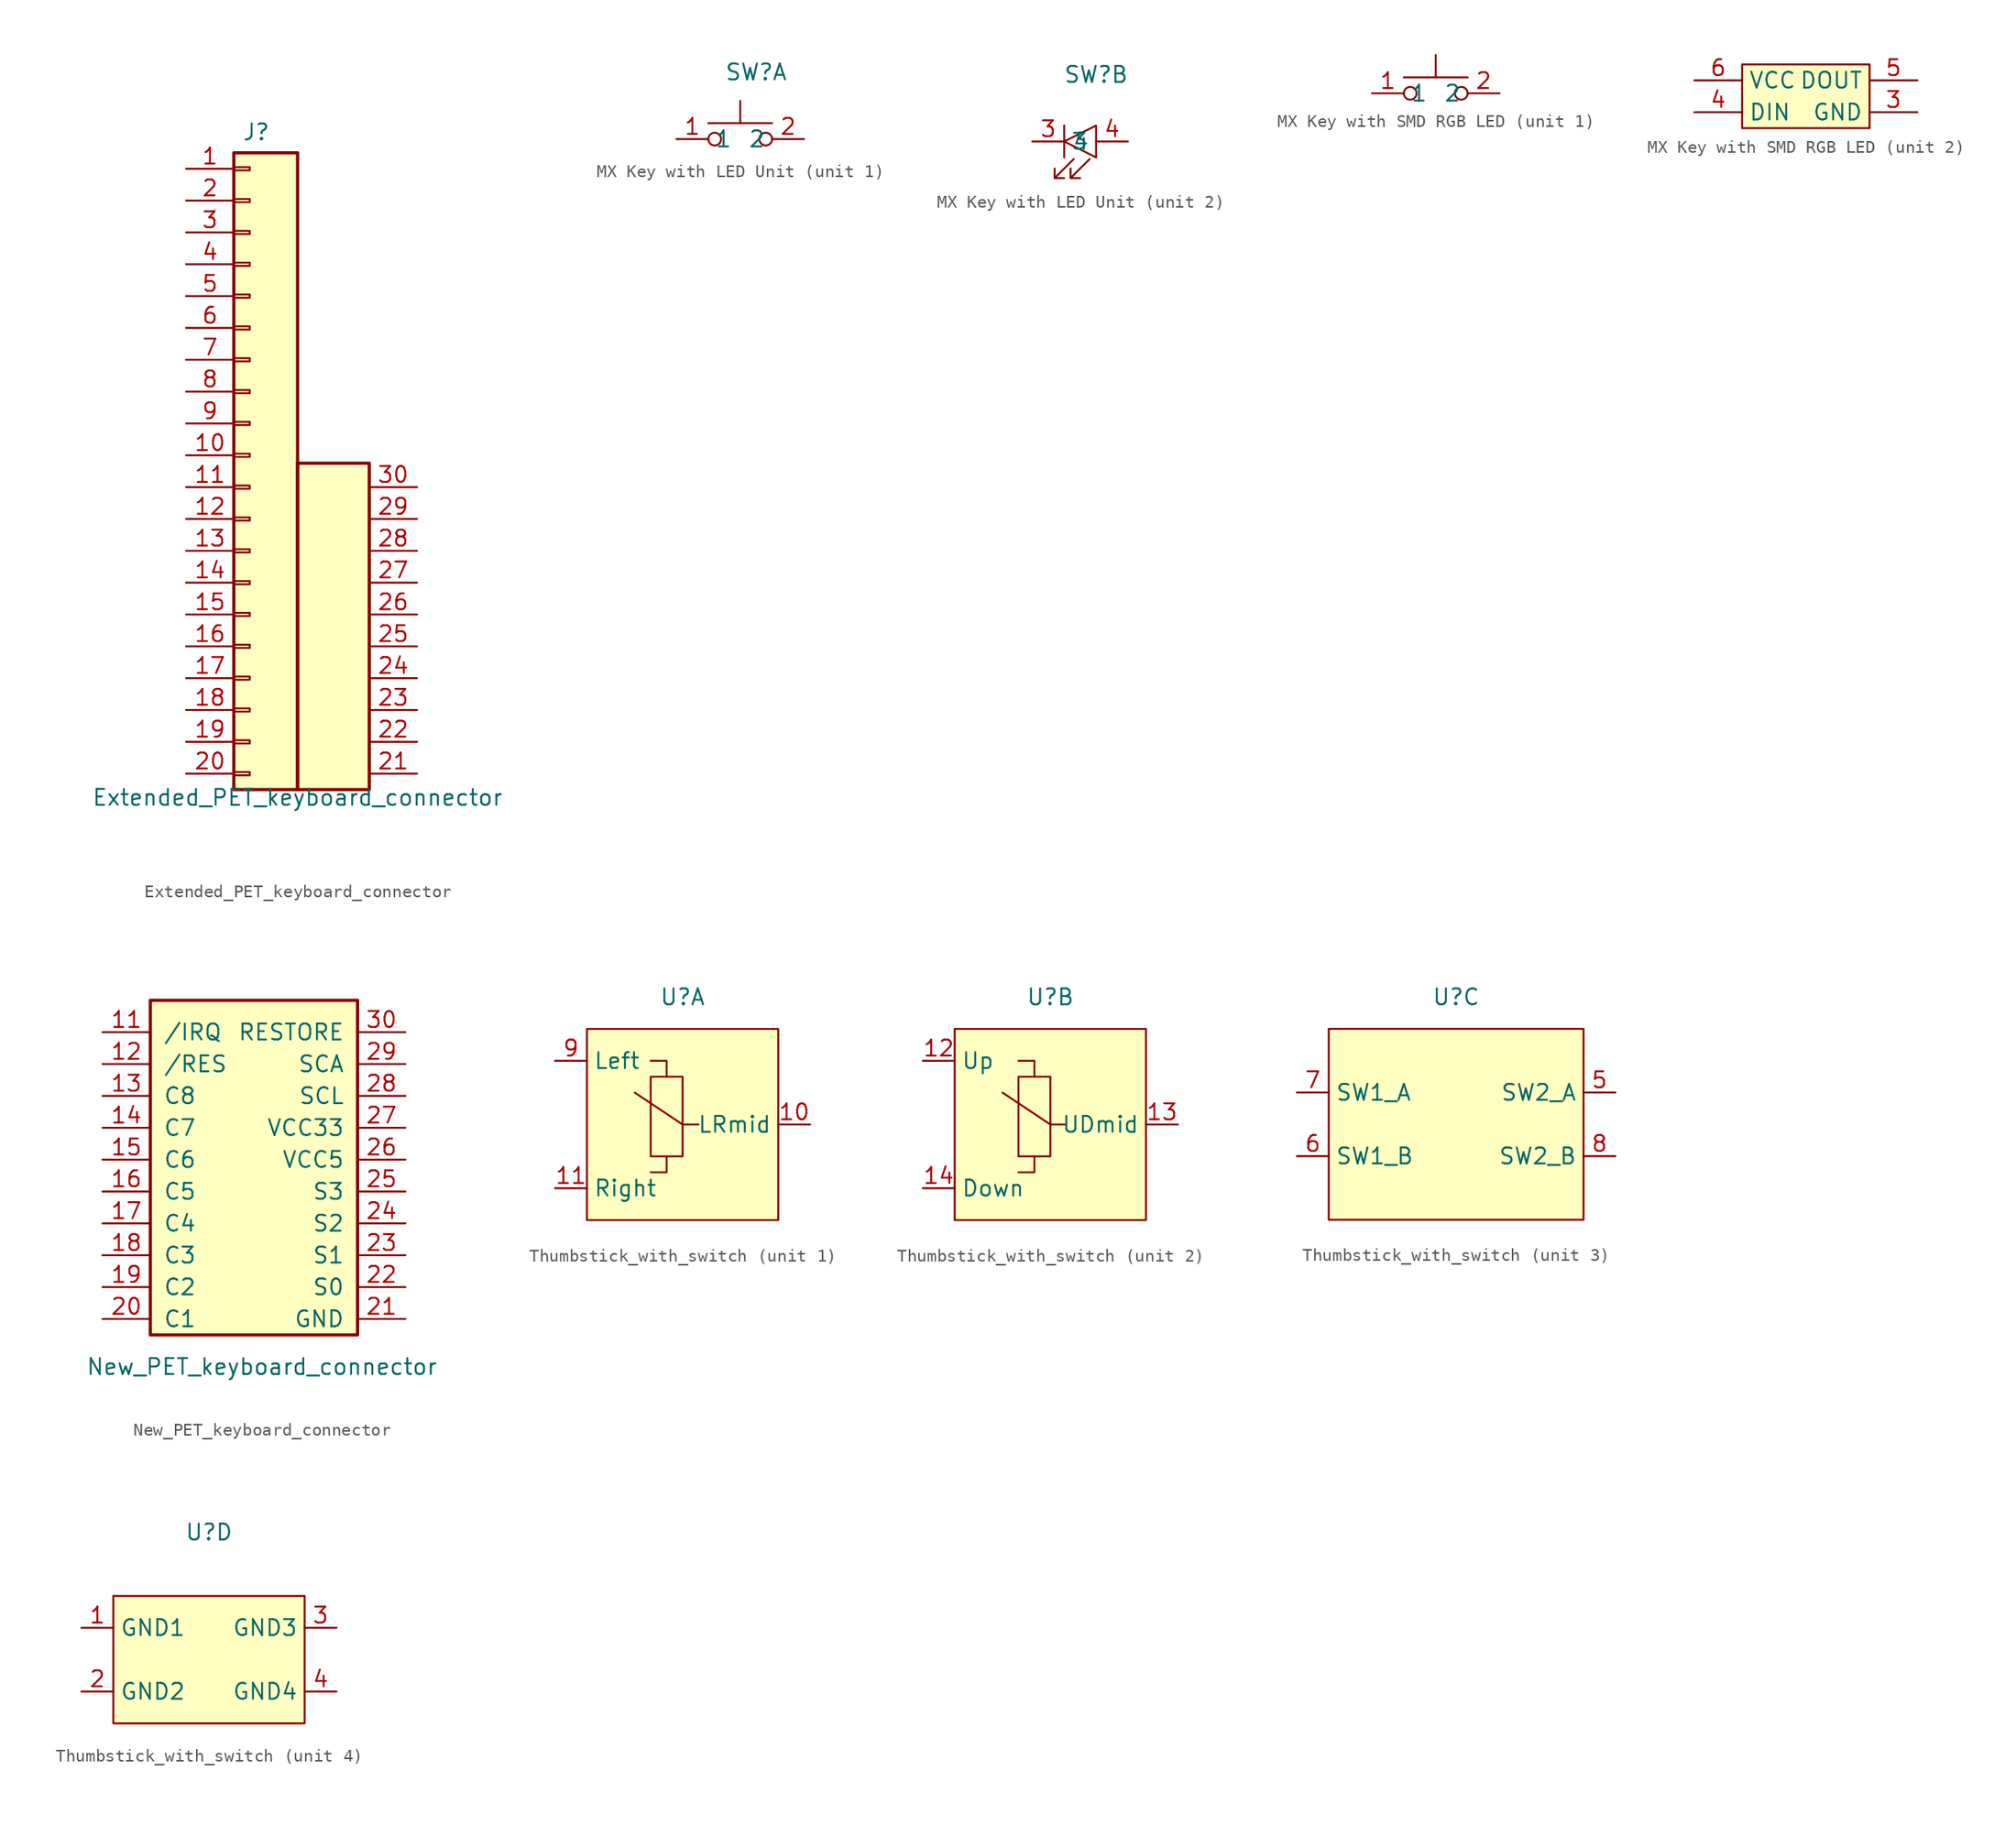
<source format=kicad_sym>
(kicad_symbol_lib
  (version 20241209)
  (generator "kicad_symbol_editor")
  (generator_version "9.0")
  (symbol "Extended_PET_keyboard_connector"
    (pin_names
      (offset 1.016)
      (hide yes))
    (property "Reference" "J"
      (at 1.143 25.781 0)
      (effects (font (size 1.27 1.27))))
    (property "Value" "Extended_PET_keyboard_connector"
      (at 4.445 -27.305 0)
      (effects (font (size 1.27 1.27))))
    (symbol "Extended_PET_keyboard_connector_1_1"
      (rectangle (start -0.635 24.13) (end 4.445 -26.67) (stroke (width 0.254) (type default)) (fill (type background)))
      (rectangle (start -0.635 22.987) (end 0.635 22.733) (stroke (width 0.152) (type default)) (fill (type none)))
      (rectangle (start -0.635 20.447) (end 0.635 20.193) (stroke (width 0.152) (type default)) (fill (type none)))
      (rectangle (start -0.635 17.907) (end 0.635 17.653) (stroke (width 0.152) (type default)) (fill (type none)))
      (rectangle (start -0.635 15.367) (end 0.635 15.113) (stroke (width 0.152) (type default)) (fill (type none)))
      (rectangle (start -0.635 12.827) (end 0.635 12.573) (stroke (width 0.152) (type default)) (fill (type none)))
      (rectangle (start -0.635 10.287) (end 0.635 10.033) (stroke (width 0.152) (type default)) (fill (type none)))
      (rectangle (start -0.635 7.747) (end 0.635 7.493) (stroke (width 0.152) (type default)) (fill (type none)))
      (rectangle (start -0.635 5.207) (end 0.635 4.953) (stroke (width 0.152) (type default)) (fill (type none)))
      (rectangle (start -0.635 2.667) (end 0.635 2.413) (stroke (width 0.152) (type default)) (fill (type none)))
      (rectangle (start -0.635 0.127) (end 0.635 -0.127) (stroke (width 0.152) (type default)) (fill (type none)))
      (rectangle (start -0.635 -2.413) (end 0.635 -2.667) (stroke (width 0.152) (type default)) (fill (type none)))
      (rectangle (start -0.635 -4.953) (end 0.635 -5.207) (stroke (width 0.152) (type default)) (fill (type none)))
      (rectangle (start -0.635 -7.493) (end 0.635 -7.747) (stroke (width 0.152) (type default)) (fill (type none)))
      (rectangle (start -0.635 -10.033) (end 0.635 -10.287) (stroke (width 0.152) (type default)) (fill (type none)))
      (rectangle (start -0.635 -12.573) (end 0.635 -12.827) (stroke (width 0.152) (type default)) (fill (type none)))
      (rectangle (start -0.635 -15.113) (end 0.635 -15.367) (stroke (width 0.152) (type default)) (fill (type none)))
      (rectangle (start -0.635 -17.653) (end 0.635 -17.907) (stroke (width 0.152) (type default)) (fill (type none)))
      (rectangle (start -0.635 -20.193) (end 0.635 -20.447) (stroke (width 0.152) (type default)) (fill (type none)))
      (rectangle (start -0.635 -22.733) (end 0.635 -22.987) (stroke (width 0.152) (type default)) (fill (type none)))
      (rectangle (start -0.635 -25.273) (end 0.635 -25.527) (stroke (width 0.152) (type default)) (fill (type none)))
      (rectangle (start 4.445 -0.635) (end 10.16 -26.67) (stroke (width 0.254) (type solid)) (fill (type background)))
      (pin passive line (at -4.445 22.86 0) (length 3.81) (name "GND" (effects (font (size 1.27 1.27)))) (number "1" (effects (font (size 1.27 1.27)))))
      (pin passive line (at -4.445 20.32 0) (length 3.81) (name "key" (effects (font (size 1.27 1.27)))) (number "2" (effects (font (size 1.27 1.27)))))
      (pin passive line (at -4.445 17.78 0) (length 3.81) (name "R10" (effects (font (size 1.27 1.27)))) (number "3" (effects (font (size 1.27 1.27)))))
      (pin passive line (at -4.445 15.24 0) (length 3.81) (name "R9" (effects (font (size 1.27 1.27)))) (number "4" (effects (font (size 1.27 1.27)))))
      (pin passive line (at -4.445 12.7 0) (length 3.81) (name "R8" (effects (font (size 1.27 1.27)))) (number "5" (effects (font (size 1.27 1.27)))))
      (pin passive line (at -4.445 10.16 0) (length 3.81) (name "R7" (effects (font (size 1.27 1.27)))) (number "6" (effects (font (size 1.27 1.27)))))
      (pin passive line (at -4.445 7.62 0) (length 3.81) (name "R6" (effects (font (size 1.27 1.27)))) (number "7" (effects (font (size 1.27 1.27)))))
      (pin passive line (at -4.445 5.08 0) (length 3.81) (name "R5" (effects (font (size 1.27 1.27)))) (number "8" (effects (font (size 1.27 1.27)))))
      (pin passive line (at -4.445 2.54 0) (length 3.81) (name "R4" (effects (font (size 1.27 1.27)))) (number "9" (effects (font (size 1.27 1.27)))))
      (pin passive line (at -4.445 0 0) (length 3.81) (name "R3" (effects (font (size 1.27 1.27)))) (number "10" (effects (font (size 1.27 1.27)))))
      (pin passive line (at -4.445 -2.54 0) (length 3.81) (name "R2" (effects (font (size 1.27 1.27)))) (number "11" (effects (font (size 1.27 1.27)))))
      (pin passive line (at -4.445 -5.08 0) (length 3.81) (name "R1" (effects (font (size 1.27 1.27)))) (number "12" (effects (font (size 1.27 1.27)))))
      (pin passive line (at -4.445 -7.62 0) (length 3.81) (name "C8" (effects (font (size 1.27 1.27)))) (number "13" (effects (font (size 1.27 1.27)))))
      (pin passive line (at -4.445 -10.16 0) (length 3.81) (name "C7" (effects (font (size 1.27 1.27)))) (number "14" (effects (font (size 1.27 1.27)))))
      (pin passive line (at -4.445 -12.7 0) (length 3.81) (name "C6" (effects (font (size 1.27 1.27)))) (number "15" (effects (font (size 1.27 1.27)))))
      (pin passive line (at -4.445 -15.24 0) (length 3.81) (name "C5" (effects (font (size 1.27 1.27)))) (number "16" (effects (font (size 1.27 1.27)))))
      (pin passive line (at -4.445 -17.78 0) (length 3.81) (name "C4" (effects (font (size 1.27 1.27)))) (number "17" (effects (font (size 1.27 1.27)))))
      (pin passive line (at -4.445 -20.32 0) (length 3.81) (name "C3" (effects (font (size 1.27 1.27)))) (number "18" (effects (font (size 1.27 1.27)))))
      (pin passive line (at -4.445 -22.86 0) (length 3.81) (name "C2" (effects (font (size 1.27 1.27)))) (number "19" (effects (font (size 1.27 1.27)))))
      (pin passive line (at -4.445 -25.4 0) (length 3.81) (name "C1" (effects (font (size 1.27 1.27)))) (number "20" (effects (font (size 1.27 1.27)))))
      (pin passive line (at 13.97 -2.54 180) (length 3.81) (name "RESTORE" (effects (font (size 1.27 1.27)))) (number "30" (effects (font (size 1.27 1.27)))))
      (pin passive line (at 13.97 -5.08 180) (length 3.81) (name "SCA" (effects (font (size 1.27 1.27)))) (number "29" (effects (font (size 1.27 1.27)))))
      (pin passive line (at 13.97 -7.62 180) (length 3.81) (name "SCL" (effects (font (size 1.27 1.27)))) (number "28" (effects (font (size 1.27 1.27)))))
      (pin passive line (at 13.97 -10.16 180) (length 3.81) (name "VCC33" (effects (font (size 1.27 1.27)))) (number "27" (effects (font (size 1.27 1.27)))))
      (pin passive line (at 13.97 -12.7 180) (length 3.81) (name "VCC5" (effects (font (size 1.27 1.27)))) (number "26" (effects (font (size 1.27 1.27)))))
      (pin passive line (at 13.97 -15.24 180) (length 3.81) (name "S3" (effects (font (size 1.27 1.27)))) (number "25" (effects (font (size 1.27 1.27)))))
      (pin passive line (at 13.97 -17.78 180) (length 3.81) (name "S2" (effects (font (size 1.27 1.27)))) (number "24" (effects (font (size 1.27 1.27)))))
      (pin passive line (at 13.97 -20.32 180) (length 3.81) (name "S1" (effects (font (size 1.27 1.27)))) (number "23" (effects (font (size 1.27 1.27)))))
      (pin passive line (at 13.97 -22.86 180) (length 3.81) (name "S0" (effects (font (size 1.27 1.27)))) (number "22" (effects (font (size 1.27 1.27)))))
      (pin passive line (at 13.97 -25.4 180) (length 3.81) (name "GND" (effects (font (size 1.27 1.27)))) (number "21" (effects (font (size 1.27 1.27)))))))
  (symbol "MX Key with LED Unit"
    (property "Reference" "SW"
      (at 1.27 5.334 0)
      (effects (font (size 1.27 1.27))))
    (property "Value" ""
      (at 0 0 0)
      (effects (font (size 1.27 1.27))))
    (property "ki_locked" ""
      (at 0 0 0)
      (effects (font (size 1.27 1.27))))
    (symbol "MX Key with LED Unit_1_1"
      (circle (center -2.032 0) (radius 0.508) (stroke (width 0) (type solid)) (fill (type none)))
      (polyline (pts (xy 0 1.27) (xy 0 3.048)) (stroke (width 0) (type solid)) (fill (type none)))
      (circle (center 2.032 0) (radius 0.508) (stroke (width 0) (type solid)) (fill (type none)))
      (polyline (pts (xy 2.54 1.27) (xy -2.54 1.27)) (stroke (width 0) (type solid)) (fill (type none)))
      (pin passive line (at -5.08 0 0) (length 2.54) (name "1" (effects (font (size 1.27 1.27)))) (number "1" (effects (font (size 1.27 1.27)))))
      (pin passive line (at 5.08 0 180) (length 2.54) (name "2" (effects (font (size 1.27 1.27)))) (number "2" (effects (font (size 1.27 1.27))))))
    (symbol "MX Key with LED Unit_2_1"
      (polyline (pts (xy -1.27 1.27) (xy -1.27 -1.27)) (stroke (width 0) (type default)) (fill (type none)))
      (polyline (pts (xy -1.27 0) (xy 1.27 1.27) (xy 1.27 -1.27) (xy -1.27 0)) (stroke (width 0) (type default)) (fill (type none)))
      (polyline (pts (xy -0.508 -1.397) (xy -2.032 -2.921) (xy -1.27 -2.921) (xy -2.032 -2.921) (xy -2.032 -2.159)) (stroke (width 0) (type solid)) (fill (type none)))
      (polyline (pts (xy 0.762 -1.397) (xy -0.762 -2.921) (xy 0 -2.921) (xy -0.762 -2.921) (xy -0.762 -2.159)) (stroke (width 0) (type solid)) (fill (type none)))
      (pin input line (at -3.81 0 0) (length 2.54) (name "3" (effects (font (size 1.27 1.27)))) (number "3" (effects (font (size 1.27 1.27)))))
      (pin input line (at 3.81 0 180) (length 2.54) (name "4" (effects (font (size 1.27 1.27)))) (number "4" (effects (font (size 1.27 1.27)))))))
  (symbol "MX Key with SMD RGB LED"
    (property "Reference" "SW"
      (at 0 5.334 0)
      (effects (font (size 1.27 1.27)) (hide yes)))
    (property "Value" ""
      (at 0 0 0)
      (effects (font (size 1.27 1.27))))
    (property "ki_locked" ""
      (at 0 0 0)
      (effects (font (size 1.27 1.27))))
    (symbol "MX Key with SMD RGB LED_1_1"
      (circle (center -2.032 0) (radius 0.508) (stroke (width 0) (type solid)) (fill (type none)))
      (polyline (pts (xy 0 1.27) (xy 0 3.048)) (stroke (width 0) (type solid)) (fill (type none)))
      (circle (center 2.032 0) (radius 0.508) (stroke (width 0) (type solid)) (fill (type none)))
      (polyline (pts (xy 2.54 1.27) (xy -2.54 1.27)) (stroke (width 0) (type solid)) (fill (type none)))
      (pin passive line (at -5.08 0 0) (length 2.54) (name "1" (effects (font (size 1.27 1.27)))) (number "1" (effects (font (size 1.27 1.27)))))
      (pin passive line (at 5.08 0 180) (length 2.54) (name "2" (effects (font (size 1.27 1.27)))) (number "2" (effects (font (size 1.27 1.27))))))
    (symbol "MX Key with SMD RGB LED_2_1"
      (rectangle (start -5.08 3.81) (end 5.08 -1.27) (stroke (width 0) (type solid)) (fill (type background)))
      (pin passive line (at -8.89 2.54 0) (length 3.81) (name "VCC" (effects (font (size 1.27 1.27)))) (number "6" (effects (font (size 1.27 1.27)))))
      (pin passive line (at -8.89 0 0) (length 3.81) (name "DIN" (effects (font (size 1.27 1.27)))) (number "4" (effects (font (size 1.27 1.27)))))
      (pin passive line (at 8.89 2.54 180) (length 3.81) (name "DOUT" (effects (font (size 1.27 1.27)))) (number "5" (effects (font (size 1.27 1.27)))))
      (pin passive line (at 8.89 0 180) (length 3.81) (name "GND" (effects (font (size 1.27 1.27)))) (number "3" (effects (font (size 1.27 1.27)))))))
  (symbol "New_PET_keyboard_connector"
    (pin_names
      (offset 1.016))
    (property "Reference" "J"
      (at 1.143 25.781 0)
      (effects (font (size 1.27 1.27)) (hide yes)))
    (property "Value" "New_PET_keyboard_connector"
      (at 8.89 -29.21 0)
      (effects (font (size 1.27 1.27))))
    (symbol "New_PET_keyboard_connector_1_1"
      (rectangle (start 0 0) (end 16.51 -26.67) (stroke (width 0.254) (type default)) (fill (type background)))
      (pin passive line (at -3.81 -2.54 0) (length 3.81) (name "/IRQ" (effects (font (size 1.27 1.27)))) (number "11" (effects (font (size 1.27 1.27)))))
      (pin passive line (at -3.81 -5.08 0) (length 3.81) (name "/RES" (effects (font (size 1.27 1.27)))) (number "12" (effects (font (size 1.27 1.27)))))
      (pin passive line (at -3.81 -7.62 0) (length 3.81) (name "C8" (effects (font (size 1.27 1.27)))) (number "13" (effects (font (size 1.27 1.27)))))
      (pin passive line (at -3.81 -10.16 0) (length 3.81) (name "C7" (effects (font (size 1.27 1.27)))) (number "14" (effects (font (size 1.27 1.27)))))
      (pin passive line (at -3.81 -12.7 0) (length 3.81) (name "C6" (effects (font (size 1.27 1.27)))) (number "15" (effects (font (size 1.27 1.27)))))
      (pin passive line (at -3.81 -15.24 0) (length 3.81) (name "C5" (effects (font (size 1.27 1.27)))) (number "16" (effects (font (size 1.27 1.27)))))
      (pin passive line (at -3.81 -17.78 0) (length 3.81) (name "C4" (effects (font (size 1.27 1.27)))) (number "17" (effects (font (size 1.27 1.27)))))
      (pin passive line (at -3.81 -20.32 0) (length 3.81) (name "C3" (effects (font (size 1.27 1.27)))) (number "18" (effects (font (size 1.27 1.27)))))
      (pin passive line (at -3.81 -22.86 0) (length 3.81) (name "C2" (effects (font (size 1.27 1.27)))) (number "19" (effects (font (size 1.27 1.27)))))
      (pin passive line (at -3.81 -25.4 0) (length 3.81) (name "C1" (effects (font (size 1.27 1.27)))) (number "20" (effects (font (size 1.27 1.27)))))
      (pin passive line (at 20.32 -2.54 180) (length 3.81) (name "RESTORE" (effects (font (size 1.27 1.27)))) (number "30" (effects (font (size 1.27 1.27)))))
      (pin passive line (at 20.32 -5.08 180) (length 3.81) (name "SCA" (effects (font (size 1.27 1.27)))) (number "29" (effects (font (size 1.27 1.27)))))
      (pin passive line (at 20.32 -7.62 180) (length 3.81) (name "SCL" (effects (font (size 1.27 1.27)))) (number "28" (effects (font (size 1.27 1.27)))))
      (pin passive line (at 20.32 -10.16 180) (length 3.81) (name "VCC33" (effects (font (size 1.27 1.27)))) (number "27" (effects (font (size 1.27 1.27)))))
      (pin passive line (at 20.32 -12.7 180) (length 3.81) (name "VCC5" (effects (font (size 1.27 1.27)))) (number "26" (effects (font (size 1.27 1.27)))))
      (pin passive line (at 20.32 -15.24 180) (length 3.81) (name "S3" (effects (font (size 1.27 1.27)))) (number "25" (effects (font (size 1.27 1.27)))))
      (pin passive line (at 20.32 -17.78 180) (length 3.81) (name "S2" (effects (font (size 1.27 1.27)))) (number "24" (effects (font (size 1.27 1.27)))))
      (pin passive line (at 20.32 -20.32 180) (length 3.81) (name "S1" (effects (font (size 1.27 1.27)))) (number "23" (effects (font (size 1.27 1.27)))))
      (pin passive line (at 20.32 -22.86 180) (length 3.81) (name "S0" (effects (font (size 1.27 1.27)))) (number "22" (effects (font (size 1.27 1.27)))))
      (pin passive line (at 20.32 -25.4 180) (length 3.81) (name "GND" (effects (font (size 1.27 1.27)))) (number "21" (effects (font (size 1.27 1.27)))))))
  (symbol "Thumbstick_with_switch"
    (property "Reference" "U"
      (at 0 10.16 0)
      (effects (font (size 1.27 1.27))))
    (property "Value" ""
      (at 0 0 0)
      (effects (font (size 1.27 1.27))))
    (property "ki_locked" ""
      (at 0 0 0)
      (effects (font (size 1.27 1.27))))
    (symbol "Thumbstick_with_switch_1_1"
      (rectangle (start -7.62 7.62) (end 7.62 -7.62) (stroke (width 0) (type solid)) (fill (type background)))
      (polyline (pts (xy -2.54 3.81) (xy 0 3.81) (xy 0 -2.54) (xy -2.54 -2.54) (xy -2.54 3.81)) (stroke (width 0) (type default)) (fill (type none)))
      (polyline (pts (xy -1.27 3.81) (xy -1.27 5.08) (xy -2.54 5.08)) (stroke (width 0) (type default)) (fill (type none)))
      (polyline (pts (xy -1.27 -2.54) (xy -1.27 -3.81) (xy -2.54 -3.81)) (stroke (width 0) (type default)) (fill (type none)))
      (polyline (pts (xy 1.27 0) (xy 0 0) (xy -3.81 2.54)) (stroke (width 0) (type default)) (fill (type none)))
      (pin input line (at -10.16 5.08 0) (length 2.54) (name "Left" (effects (font (size 1.27 1.27)))) (number "9" (effects (font (size 1.27 1.27)))))
      (pin input line (at -10.16 -5.08 0) (length 2.54) (name "Right" (effects (font (size 1.27 1.27)))) (number "11" (effects (font (size 1.27 1.27)))))
      (pin input line (at 10.16 0 180) (length 2.54) (name "LRmid" (effects (font (size 1.27 1.27)))) (number "10" (effects (font (size 1.27 1.27))))))
    (symbol "Thumbstick_with_switch_2_1"
      (rectangle (start -7.62 7.62) (end 7.62 -7.62) (stroke (width 0) (type solid)) (fill (type background)))
      (polyline (pts (xy -2.54 5.08) (xy -1.27 5.08) (xy -1.27 3.81)) (stroke (width 0) (type default)) (fill (type none)))
      (polyline (pts (xy -2.54 3.81) (xy 0 3.81) (xy 0 -2.54) (xy -2.54 -2.54) (xy -2.54 3.81)) (stroke (width 0) (type default)) (fill (type none)))
      (polyline (pts (xy -1.27 -2.54) (xy -1.27 -3.81) (xy -2.54 -3.81)) (stroke (width 0) (type default)) (fill (type none)))
      (polyline (pts (xy 1.27 0) (xy 0 0) (xy -3.81 2.54)) (stroke (width 0) (type default)) (fill (type none)))
      (pin input line (at -10.16 5.08 0) (length 2.54) (name "Up" (effects (font (size 1.27 1.27)))) (number "12" (effects (font (size 1.27 1.27)))))
      (pin input line (at -10.16 -5.08 0) (length 2.54) (name "Down" (effects (font (size 1.27 1.27)))) (number "14" (effects (font (size 1.27 1.27)))))
      (pin input line (at 10.16 0 180) (length 2.54) (name "UDmid" (effects (font (size 1.27 1.27)))) (number "13" (effects (font (size 1.27 1.27))))))
    (symbol "Thumbstick_with_switch_3_1"
      (rectangle (start -10.16 7.62) (end 10.16 -7.62) (stroke (width 0) (type solid)) (fill (type background)))
      (pin input line (at -12.7 2.54 0) (length 2.54) (name "SW1_A" (effects (font (size 1.27 1.27)))) (number "7" (effects (font (size 1.27 1.27)))))
      (pin input line (at -12.7 -2.54 0) (length 2.54) (name "SW1_B" (effects (font (size 1.27 1.27)))) (number "6" (effects (font (size 1.27 1.27)))))
      (pin input line (at 12.7 2.54 180) (length 2.54) (name "SW2_A" (effects (font (size 1.27 1.27)))) (number "5" (effects (font (size 1.27 1.27)))))
      (pin input line (at 12.7 -2.54 180) (length 2.54) (name "SW2_B" (effects (font (size 1.27 1.27)))) (number "8" (effects (font (size 1.27 1.27))))))
    (symbol "Thumbstick_with_switch_4_1"
      (rectangle (start -7.62 5.08) (end 7.62 -5.08) (stroke (width 0) (type solid)) (fill (type background)))
      (pin input line (at -10.16 2.54 0) (length 2.54) (name "GND1" (effects (font (size 1.27 1.27)))) (number "1" (effects (font (size 1.27 1.27)))))
      (pin input line (at -10.16 -2.54 0) (length 2.54) (name "GND2" (effects (font (size 1.27 1.27)))) (number "2" (effects (font (size 1.27 1.27)))))
      (pin input line (at 10.16 2.54 180) (length 2.54) (name "GND3" (effects (font (size 1.27 1.27)))) (number "3" (effects (font (size 1.27 1.27)))))
      (pin input line (at 10.16 -2.54 180) (length 2.54) (name "GND4" (effects (font (size 1.27 1.27)))) (number "4" (effects (font (size 1.27 1.27))))))))
</source>
